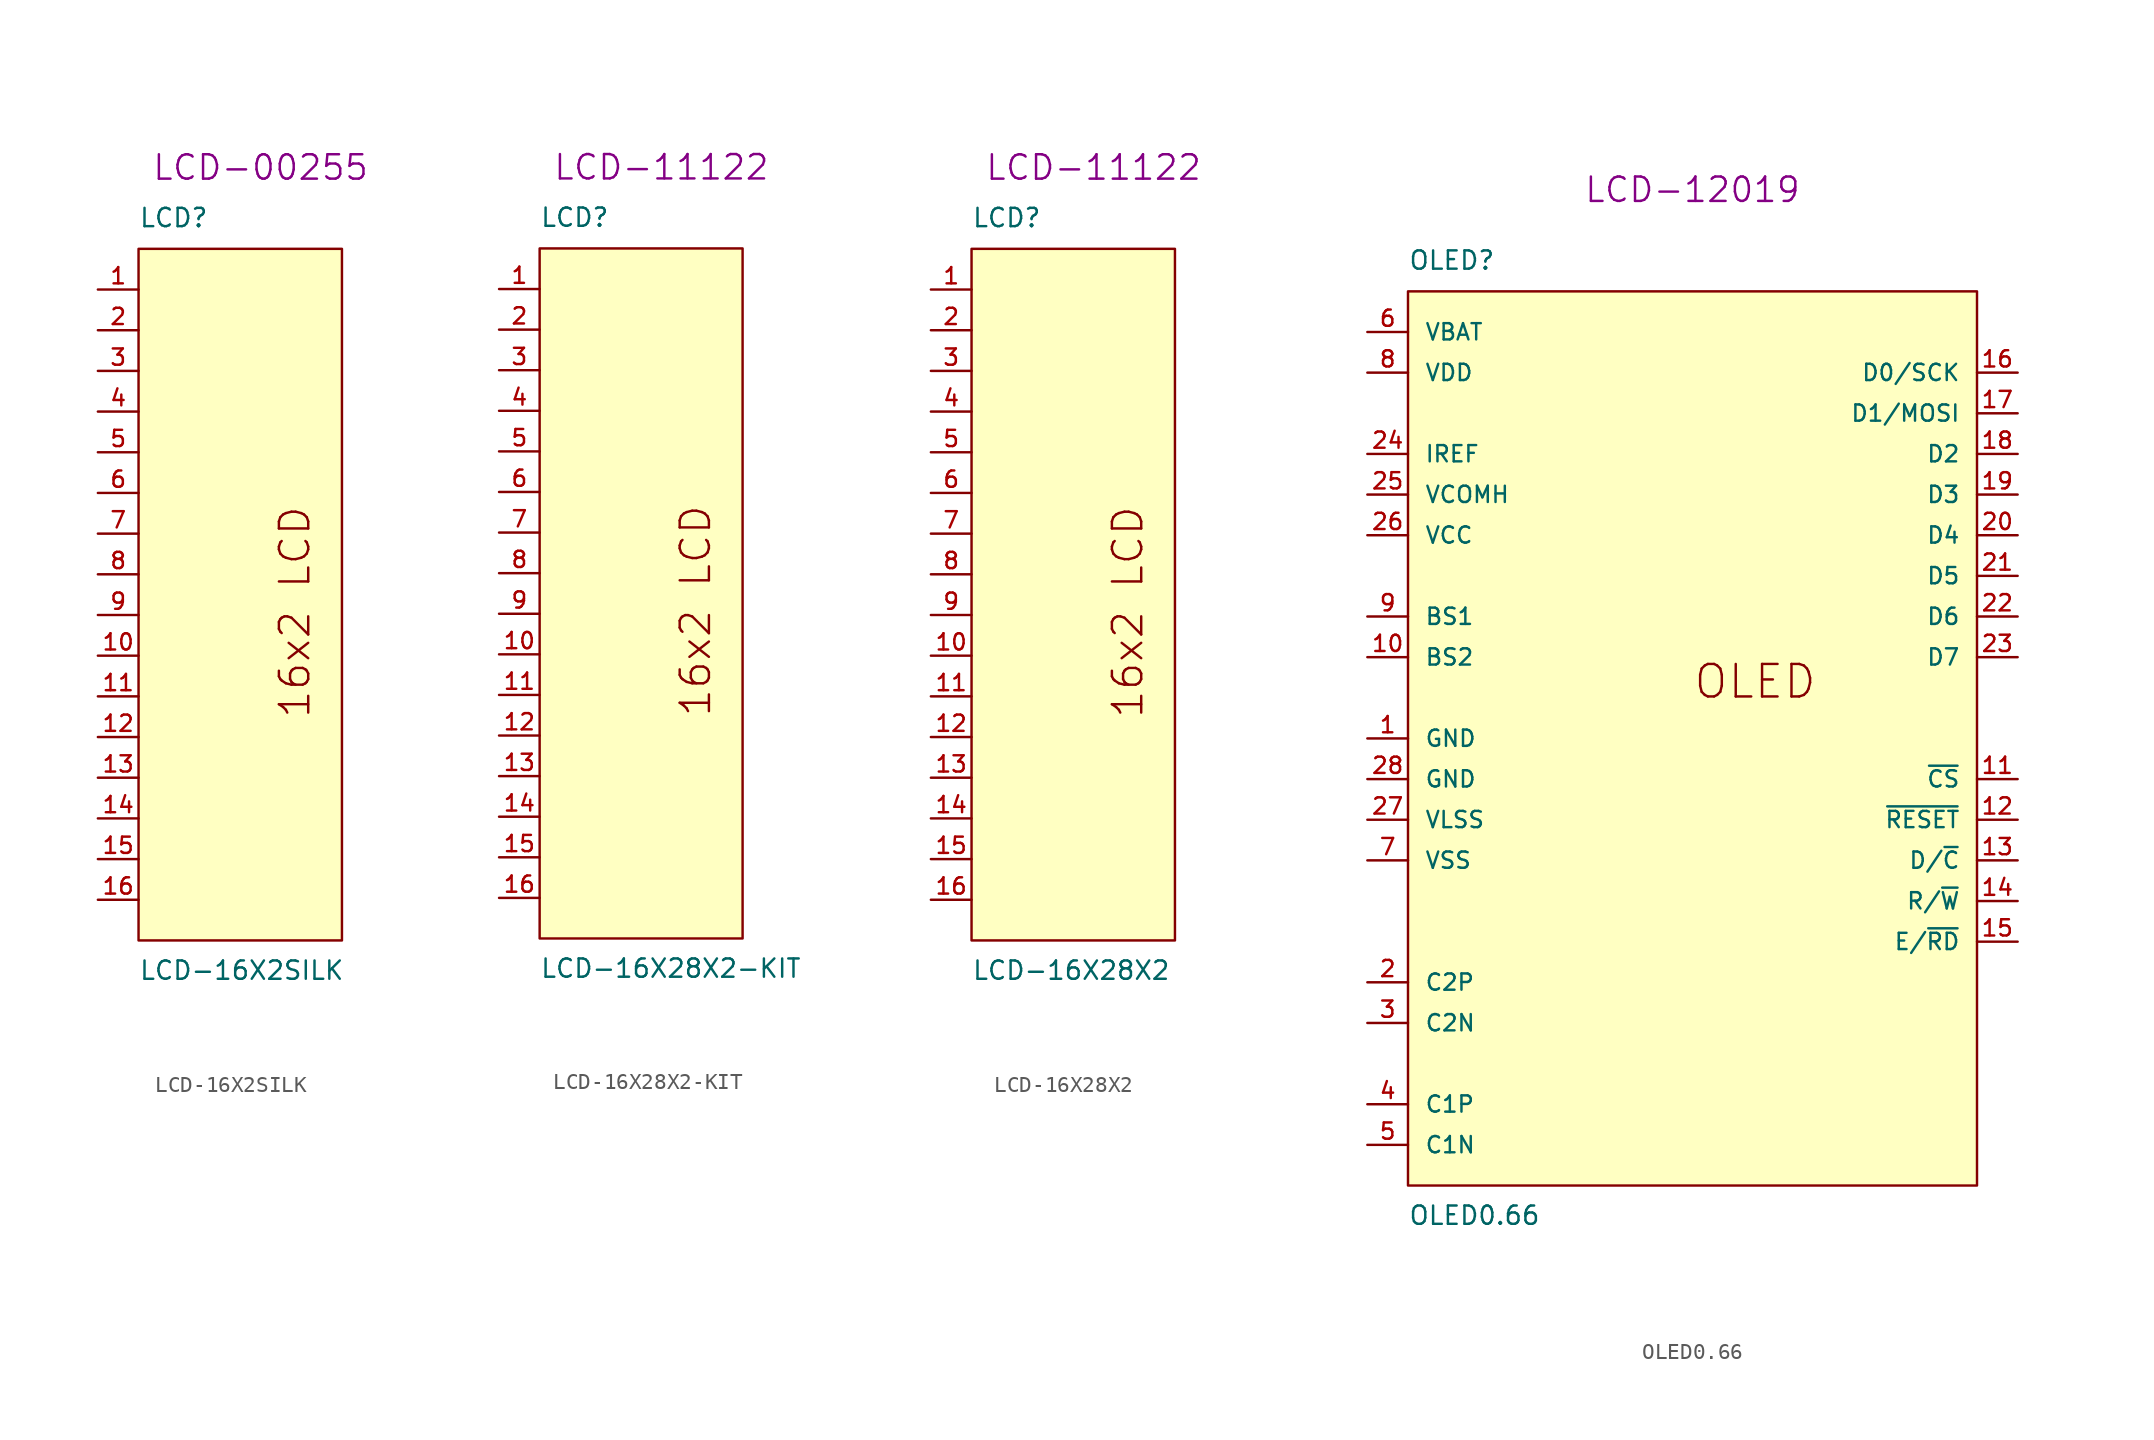
<source format=kicad_sym>
(kicad_symbol_lib
  (version 20220914)
  (generator kicad_symbol_editor)
  (symbol "LCD-16X2SILK"
    (pin_names
      (offset 1.016) hide)
    (property "Reference" "LCD"
      (at -7.62 24.13 0)
      (effects (font (size 1.143 1.143)) (justify left bottom)))
    (property "Value" "LCD-16X2SILK"
      (at -7.62 -22.86 0)
      (effects (font (size 1.143 1.143)) (justify left bottom)))
    (property "Field4" "LCD-00255"
      (at 0 27.94 0)
      (effects (font (size 1.524 1.524))))
    (property "ki_locked" ""
      (at 0 0 0)
      (effects (font (size 1.27 1.27))))
    (symbol "LCD-16X2SILK_1_0"
      (text "16x2 LCD" (at 2.134 0.178 900) (effects (font (size 1.829 1.829)))))
    (symbol "LCD-16X2SILK_1_1"
      (polyline (pts (xy -7.62 22.86) (xy -7.62 -20.32) (xy 5.08 -20.32) (xy 5.08 22.86) (xy -7.62 22.86)) (stroke (width 0) (type solid)) (fill (type background)))
      (pin power_in line (at -10.16 20.32 0) (length 2.54) (name "VSS" (effects (font (size 1.016 1.016)))) (number "1" (effects (font (size 1.016 1.016)))))
      (pin bidirectional line (at -10.16 -2.54 0) (length 2.54) (name "DB3" (effects (font (size 1.016 1.016)))) (number "10" (effects (font (size 1.016 1.016)))))
      (pin bidirectional line (at -10.16 -5.08 0) (length 2.54) (name "DB4" (effects (font (size 1.016 1.016)))) (number "11" (effects (font (size 1.016 1.016)))))
      (pin bidirectional line (at -10.16 -7.62 0) (length 2.54) (name "DB5" (effects (font (size 1.016 1.016)))) (number "12" (effects (font (size 1.016 1.016)))))
      (pin bidirectional line (at -10.16 -10.16 0) (length 2.54) (name "DB6" (effects (font (size 1.016 1.016)))) (number "13" (effects (font (size 1.016 1.016)))))
      (pin bidirectional line (at -10.16 -12.7 0) (length 2.54) (name "DB7" (effects (font (size 1.016 1.016)))) (number "14" (effects (font (size 1.016 1.016)))))
      (pin power_in line (at -10.16 -15.24 0) (length 2.54) (name "A" (effects (font (size 1.016 1.016)))) (number "15" (effects (font (size 1.016 1.016)))))
      (pin power_in line (at -10.16 -17.78 0) (length 2.54) (name "K" (effects (font (size 1.016 1.016)))) (number "16" (effects (font (size 1.016 1.016)))))
      (pin power_in line (at -10.16 17.78 0) (length 2.54) (name "VDD" (effects (font (size 1.016 1.016)))) (number "2" (effects (font (size 1.016 1.016)))))
      (pin bidirectional line (at -10.16 15.24 0) (length 2.54) (name "VO" (effects (font (size 1.016 1.016)))) (number "3" (effects (font (size 1.016 1.016)))))
      (pin input line (at -10.16 12.7 0) (length 2.54) (name "RS" (effects (font (size 1.016 1.016)))) (number "4" (effects (font (size 1.016 1.016)))))
      (pin input line (at -10.16 10.16 0) (length 2.54) (name "R/W" (effects (font (size 1.016 1.016)))) (number "5" (effects (font (size 1.016 1.016)))))
      (pin input line (at -10.16 7.62 0) (length 2.54) (name "E" (effects (font (size 1.016 1.016)))) (number "6" (effects (font (size 1.016 1.016)))))
      (pin bidirectional line (at -10.16 5.08 0) (length 2.54) (name "DB0" (effects (font (size 1.016 1.016)))) (number "7" (effects (font (size 1.016 1.016)))))
      (pin bidirectional line (at -10.16 2.54 0) (length 2.54) (name "DB1" (effects (font (size 1.016 1.016)))) (number "8" (effects (font (size 1.016 1.016)))))
      (pin bidirectional line (at -10.16 0 0) (length 2.54) (name "DB2" (effects (font (size 1.016 1.016)))) (number "9" (effects (font (size 1.016 1.016)))))))
  (symbol "LCD-16X28X2-KIT"
    (pin_names
      (offset 1.016) hide)
    (property "Reference" "LCD"
      (at -7.62 24.13 0)
      (effects (font (size 1.143 1.143)) (justify left bottom)))
    (property "Value" "LCD-16X28X2-KIT"
      (at -7.62 -22.86 0)
      (effects (font (size 1.143 1.143)) (justify left bottom)))
    (property "Field4" "LCD-11122"
      (at 0 27.94 0)
      (effects (font (size 1.524 1.524))))
    (property "ki_locked" ""
      (at 0 0 0)
      (effects (font (size 1.27 1.27))))
    (symbol "LCD-16X28X2-KIT_1_0"
      (text "16x2 LCD" (at 2.134 0.178 900) (effects (font (size 1.829 1.829)))))
    (symbol "LCD-16X28X2-KIT_1_1"
      (polyline (pts (xy -7.62 22.86) (xy -7.62 -20.32) (xy 5.08 -20.32) (xy 5.08 22.86) (xy -7.62 22.86)) (stroke (width 0) (type solid)) (fill (type background)))
      (pin power_in line (at -10.16 20.32 0) (length 2.54) (name "VSS" (effects (font (size 1.016 1.016)))) (number "1" (effects (font (size 1.016 1.016)))))
      (pin bidirectional line (at -10.16 -2.54 0) (length 2.54) (name "DB3" (effects (font (size 1.016 1.016)))) (number "10" (effects (font (size 1.016 1.016)))))
      (pin bidirectional line (at -10.16 -5.08 0) (length 2.54) (name "DB4" (effects (font (size 1.016 1.016)))) (number "11" (effects (font (size 1.016 1.016)))))
      (pin bidirectional line (at -10.16 -7.62 0) (length 2.54) (name "DB5" (effects (font (size 1.016 1.016)))) (number "12" (effects (font (size 1.016 1.016)))))
      (pin bidirectional line (at -10.16 -10.16 0) (length 2.54) (name "DB6" (effects (font (size 1.016 1.016)))) (number "13" (effects (font (size 1.016 1.016)))))
      (pin bidirectional line (at -10.16 -12.7 0) (length 2.54) (name "DB7" (effects (font (size 1.016 1.016)))) (number "14" (effects (font (size 1.016 1.016)))))
      (pin power_in line (at -10.16 -15.24 0) (length 2.54) (name "A" (effects (font (size 1.016 1.016)))) (number "15" (effects (font (size 1.016 1.016)))))
      (pin power_in line (at -10.16 -17.78 0) (length 2.54) (name "K" (effects (font (size 1.016 1.016)))) (number "16" (effects (font (size 1.016 1.016)))))
      (pin power_in line (at -10.16 17.78 0) (length 2.54) (name "VDD" (effects (font (size 1.016 1.016)))) (number "2" (effects (font (size 1.016 1.016)))))
      (pin bidirectional line (at -10.16 15.24 0) (length 2.54) (name "VO" (effects (font (size 1.016 1.016)))) (number "3" (effects (font (size 1.016 1.016)))))
      (pin input line (at -10.16 12.7 0) (length 2.54) (name "RS" (effects (font (size 1.016 1.016)))) (number "4" (effects (font (size 1.016 1.016)))))
      (pin input line (at -10.16 10.16 0) (length 2.54) (name "R/W" (effects (font (size 1.016 1.016)))) (number "5" (effects (font (size 1.016 1.016)))))
      (pin input line (at -10.16 7.62 0) (length 2.54) (name "E" (effects (font (size 1.016 1.016)))) (number "6" (effects (font (size 1.016 1.016)))))
      (pin bidirectional line (at -10.16 5.08 0) (length 2.54) (name "DB0" (effects (font (size 1.016 1.016)))) (number "7" (effects (font (size 1.016 1.016)))))
      (pin bidirectional line (at -10.16 2.54 0) (length 2.54) (name "DB1" (effects (font (size 1.016 1.016)))) (number "8" (effects (font (size 1.016 1.016)))))
      (pin bidirectional line (at -10.16 0 0) (length 2.54) (name "DB2" (effects (font (size 1.016 1.016)))) (number "9" (effects (font (size 1.016 1.016)))))))
  (symbol "LCD-16X28X2"
    (pin_names
      (offset 1.016) hide)
    (property "Reference" "LCD"
      (at -7.62 24.13 0)
      (effects (font (size 1.143 1.143)) (justify left bottom)))
    (property "Value" "LCD-16X28X2"
      (at -7.62 -22.86 0)
      (effects (font (size 1.143 1.143)) (justify left bottom)))
    (property "Field4" "LCD-11122"
      (at 0 27.94 0)
      (effects (font (size 1.524 1.524))))
    (property "ki_locked" ""
      (at 0 0 0)
      (effects (font (size 1.27 1.27))))
    (symbol "LCD-16X28X2_1_0"
      (text "16x2 LCD" (at 2.134 0.178 900) (effects (font (size 1.829 1.829)))))
    (symbol "LCD-16X28X2_1_1"
      (polyline (pts (xy -7.62 22.86) (xy -7.62 -20.32) (xy 5.08 -20.32) (xy 5.08 22.86) (xy -7.62 22.86)) (stroke (width 0) (type solid)) (fill (type background)))
      (pin power_in line (at -10.16 20.32 0) (length 2.54) (name "VSS" (effects (font (size 1.016 1.016)))) (number "1" (effects (font (size 1.016 1.016)))))
      (pin bidirectional line (at -10.16 -2.54 0) (length 2.54) (name "DB3" (effects (font (size 1.016 1.016)))) (number "10" (effects (font (size 1.016 1.016)))))
      (pin bidirectional line (at -10.16 -5.08 0) (length 2.54) (name "DB4" (effects (font (size 1.016 1.016)))) (number "11" (effects (font (size 1.016 1.016)))))
      (pin bidirectional line (at -10.16 -7.62 0) (length 2.54) (name "DB5" (effects (font (size 1.016 1.016)))) (number "12" (effects (font (size 1.016 1.016)))))
      (pin bidirectional line (at -10.16 -10.16 0) (length 2.54) (name "DB6" (effects (font (size 1.016 1.016)))) (number "13" (effects (font (size 1.016 1.016)))))
      (pin bidirectional line (at -10.16 -12.7 0) (length 2.54) (name "DB7" (effects (font (size 1.016 1.016)))) (number "14" (effects (font (size 1.016 1.016)))))
      (pin power_in line (at -10.16 -15.24 0) (length 2.54) (name "A" (effects (font (size 1.016 1.016)))) (number "15" (effects (font (size 1.016 1.016)))))
      (pin power_in line (at -10.16 -17.78 0) (length 2.54) (name "K" (effects (font (size 1.016 1.016)))) (number "16" (effects (font (size 1.016 1.016)))))
      (pin power_in line (at -10.16 17.78 0) (length 2.54) (name "VDD" (effects (font (size 1.016 1.016)))) (number "2" (effects (font (size 1.016 1.016)))))
      (pin bidirectional line (at -10.16 15.24 0) (length 2.54) (name "VO" (effects (font (size 1.016 1.016)))) (number "3" (effects (font (size 1.016 1.016)))))
      (pin input line (at -10.16 12.7 0) (length 2.54) (name "RS" (effects (font (size 1.016 1.016)))) (number "4" (effects (font (size 1.016 1.016)))))
      (pin input line (at -10.16 10.16 0) (length 2.54) (name "R/W" (effects (font (size 1.016 1.016)))) (number "5" (effects (font (size 1.016 1.016)))))
      (pin input line (at -10.16 7.62 0) (length 2.54) (name "E" (effects (font (size 1.016 1.016)))) (number "6" (effects (font (size 1.016 1.016)))))
      (pin bidirectional line (at -10.16 5.08 0) (length 2.54) (name "DB0" (effects (font (size 1.016 1.016)))) (number "7" (effects (font (size 1.016 1.016)))))
      (pin bidirectional line (at -10.16 2.54 0) (length 2.54) (name "DB1" (effects (font (size 1.016 1.016)))) (number "8" (effects (font (size 1.016 1.016)))))
      (pin bidirectional line (at -10.16 0 0) (length 2.54) (name "DB2" (effects (font (size 1.016 1.016)))) (number "9" (effects (font (size 1.016 1.016)))))))
  (symbol "OLED0.66"
    (pin_names
      (offset 1.016))
    (property "Reference" "OLED"
      (at -17.78 26.67 0)
      (effects (font (size 1.143 1.143)) (justify left bottom)))
    (property "Value" "OLED0.66"
      (at -17.78 -33.02 0)
      (effects (font (size 1.143 1.143)) (justify left bottom)))
    (property "Field4" "LCD-12019"
      (at 0 31.75 0)
      (effects (font (size 1.524 1.524))))
    (property "ki_locked" ""
      (at 0 0 0)
      (effects (font (size 1.27 1.27))))
    (symbol "OLED0.66_1_0"
      (text "OLED" (at 3.912 1.016 0) (effects (font (size 2.032 2.032)))))
    (symbol "OLED0.66_1_1"
      (polyline (pts (xy -17.78 25.4) (xy -17.78 -30.48) (xy 17.78 -30.48) (xy 17.78 25.4) (xy -17.78 25.4)) (stroke (width 0) (type solid)) (fill (type background)))
      (pin bidirectional line (at -20.32 -2.54 0) (length 2.54) (name "GND" (effects (font (size 1.016 1.016)))) (number "1" (effects (font (size 1.016 1.016)))))
      (pin bidirectional line (at -20.32 2.54 0) (length 2.54) (name "BS2" (effects (font (size 1.016 1.016)))) (number "10" (effects (font (size 1.016 1.016)))))
      (pin bidirectional line (at 20.32 -5.08 180) (length 2.54) (name "~{CS}" (effects (font (size 1.016 1.016)))) (number "11" (effects (font (size 1.016 1.016)))))
      (pin bidirectional line (at 20.32 -7.62 180) (length 2.54) (name "~{RESET}" (effects (font (size 1.016 1.016)))) (number "12" (effects (font (size 1.016 1.016)))))
      (pin bidirectional line (at 20.32 -10.16 180) (length 2.54) (name "D/~{C}" (effects (font (size 1.016 1.016)))) (number "13" (effects (font (size 1.016 1.016)))))
      (pin bidirectional line (at 20.32 -12.7 180) (length 2.54) (name "R/~{W}" (effects (font (size 1.016 1.016)))) (number "14" (effects (font (size 1.016 1.016)))))
      (pin bidirectional line (at 20.32 -15.24 180) (length 2.54) (name "E/~{RD}" (effects (font (size 1.016 1.016)))) (number "15" (effects (font (size 1.016 1.016)))))
      (pin bidirectional line (at 20.32 20.32 180) (length 2.54) (name "D0/SCK" (effects (font (size 1.016 1.016)))) (number "16" (effects (font (size 1.016 1.016)))))
      (pin bidirectional line (at 20.32 17.78 180) (length 2.54) (name "D1/MOSI" (effects (font (size 1.016 1.016)))) (number "17" (effects (font (size 1.016 1.016)))))
      (pin bidirectional line (at 20.32 15.24 180) (length 2.54) (name "D2" (effects (font (size 1.016 1.016)))) (number "18" (effects (font (size 1.016 1.016)))))
      (pin bidirectional line (at 20.32 12.7 180) (length 2.54) (name "D3" (effects (font (size 1.016 1.016)))) (number "19" (effects (font (size 1.016 1.016)))))
      (pin bidirectional line (at -20.32 -17.78 0) (length 2.54) (name "C2P" (effects (font (size 1.016 1.016)))) (number "2" (effects (font (size 1.016 1.016)))))
      (pin bidirectional line (at 20.32 10.16 180) (length 2.54) (name "D4" (effects (font (size 1.016 1.016)))) (number "20" (effects (font (size 1.016 1.016)))))
      (pin bidirectional line (at 20.32 7.62 180) (length 2.54) (name "D5" (effects (font (size 1.016 1.016)))) (number "21" (effects (font (size 1.016 1.016)))))
      (pin bidirectional line (at 20.32 5.08 180) (length 2.54) (name "D6" (effects (font (size 1.016 1.016)))) (number "22" (effects (font (size 1.016 1.016)))))
      (pin bidirectional line (at 20.32 2.54 180) (length 2.54) (name "D7" (effects (font (size 1.016 1.016)))) (number "23" (effects (font (size 1.016 1.016)))))
      (pin bidirectional line (at -20.32 15.24 0) (length 2.54) (name "IREF" (effects (font (size 1.016 1.016)))) (number "24" (effects (font (size 1.016 1.016)))))
      (pin bidirectional line (at -20.32 12.7 0) (length 2.54) (name "VCOMH" (effects (font (size 1.016 1.016)))) (number "25" (effects (font (size 1.016 1.016)))))
      (pin bidirectional line (at -20.32 10.16 0) (length 2.54) (name "VCC" (effects (font (size 1.016 1.016)))) (number "26" (effects (font (size 1.016 1.016)))))
      (pin bidirectional line (at -20.32 -7.62 0) (length 2.54) (name "VLSS" (effects (font (size 1.016 1.016)))) (number "27" (effects (font (size 1.016 1.016)))))
      (pin bidirectional line (at -20.32 -5.08 0) (length 2.54) (name "GND" (effects (font (size 1.016 1.016)))) (number "28" (effects (font (size 1.016 1.016)))))
      (pin bidirectional line (at -20.32 -20.32 0) (length 2.54) (name "C2N" (effects (font (size 1.016 1.016)))) (number "3" (effects (font (size 1.016 1.016)))))
      (pin bidirectional line (at -20.32 -25.4 0) (length 2.54) (name "C1P" (effects (font (size 1.016 1.016)))) (number "4" (effects (font (size 1.016 1.016)))))
      (pin bidirectional line (at -20.32 -27.94 0) (length 2.54) (name "C1N" (effects (font (size 1.016 1.016)))) (number "5" (effects (font (size 1.016 1.016)))))
      (pin bidirectional line (at -20.32 22.86 0) (length 2.54) (name "VBAT" (effects (font (size 1.016 1.016)))) (number "6" (effects (font (size 1.016 1.016)))))
      (pin bidirectional line (at -20.32 -10.16 0) (length 2.54) (name "VSS" (effects (font (size 1.016 1.016)))) (number "7" (effects (font (size 1.016 1.016)))))
      (pin bidirectional line (at -20.32 20.32 0) (length 2.54) (name "VDD" (effects (font (size 1.016 1.016)))) (number "8" (effects (font (size 1.016 1.016)))))
      (pin bidirectional line (at -20.32 5.08 0) (length 2.54) (name "BS1" (effects (font (size 1.016 1.016)))) (number "9" (effects (font (size 1.016 1.016))))))))
</source>
